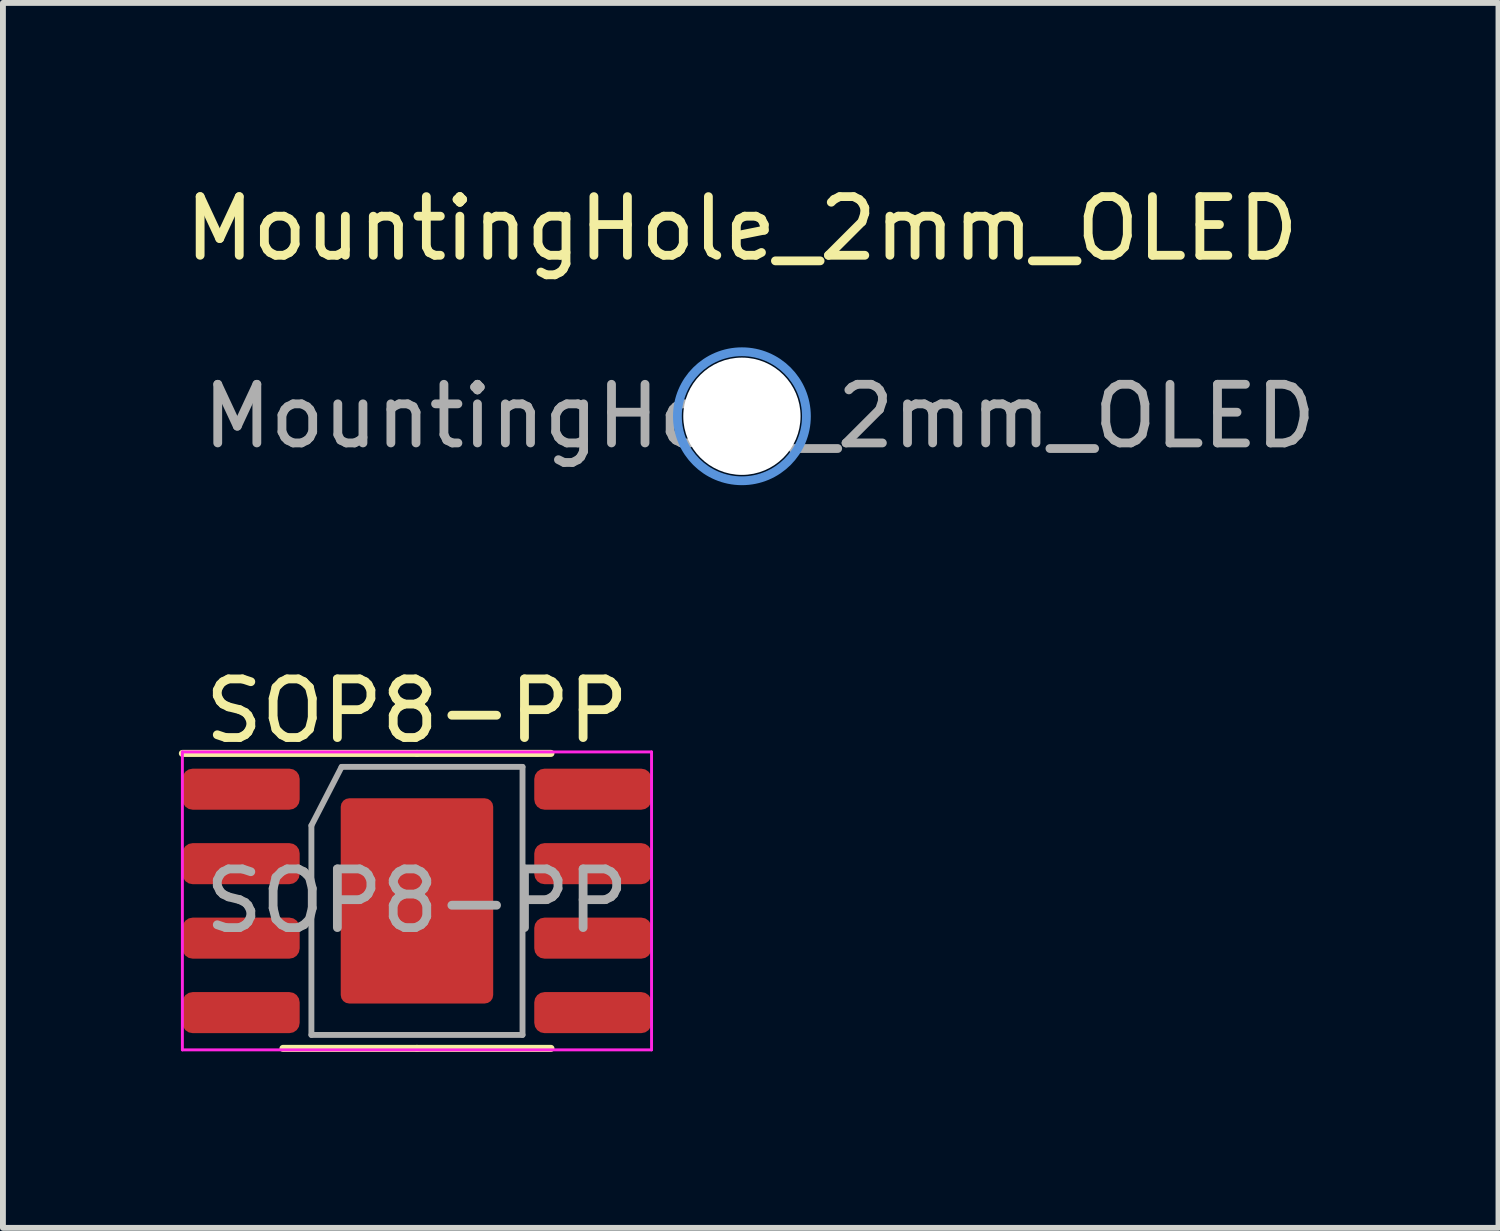
<source format=kicad_pcb>
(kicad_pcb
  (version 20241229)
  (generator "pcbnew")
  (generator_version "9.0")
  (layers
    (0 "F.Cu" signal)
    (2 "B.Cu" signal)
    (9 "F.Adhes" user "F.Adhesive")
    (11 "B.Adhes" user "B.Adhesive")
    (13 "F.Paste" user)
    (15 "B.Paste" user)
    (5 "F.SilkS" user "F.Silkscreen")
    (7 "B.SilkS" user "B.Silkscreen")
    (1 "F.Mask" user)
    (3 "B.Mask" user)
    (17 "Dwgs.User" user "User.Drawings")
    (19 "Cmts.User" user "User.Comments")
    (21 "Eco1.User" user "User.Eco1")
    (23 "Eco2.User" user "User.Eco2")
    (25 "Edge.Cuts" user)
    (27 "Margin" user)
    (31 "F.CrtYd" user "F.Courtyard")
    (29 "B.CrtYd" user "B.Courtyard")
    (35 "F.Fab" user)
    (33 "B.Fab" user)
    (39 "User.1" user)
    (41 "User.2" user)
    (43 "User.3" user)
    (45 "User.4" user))
  (footprint "MountingHole_2mm_OLED"
    (layer "F.Cu")
    (at 9.601 4.048)
    (property "Reference" "MountingHole_2mm_OLED" (at 0 -3.2 0) (layer "F.SilkS") (effects (font (size 1 1) (thickness 0.15))))
    (attr exclude_from_pos_files exclude_from_bom)
    (fp_circle (center 0 0) (end 1.1 0) (stroke (width 0.15) (type solid)) (fill no) (layer "Cmts.User"))
    (fp_circle (center 0 0) (end 1.1 0) (stroke (width 0.05) (type solid)) (fill no) (layer "F.CrtYd"))
    (fp_text user "${REFERENCE}" (at 0.3 0 0) (layer "F.Fab") (effects (font (size 1 1) (thickness 0.15))))
    (pad "" np_thru_hole circle (at 0 0) (size 2 2) (drill 2) (layers "*.Cu" "*.Mask")))
  (footprint "SOP8-PP"
    (layer "F.Cu")
    (at 4.06 12.312)
    (property "Reference" "SOP8-PP" (at 0 -3.24 0) (layer "F.SilkS") (effects (font (size 1 1) (thickness 0.15))))
    (attr smd)
    (fp_line (start 0 -2.515) (end -4 -2.515) (stroke (width 0.12) (type solid)) (layer "F.SilkS"))
    (fp_line (start 0 -2.515) (end 2.285 -2.515) (stroke (width 0.12) (type solid)) (layer "F.SilkS"))
    (fp_line (start 0 2.515) (end -2.285 2.515) (stroke (width 0.12) (type solid)) (layer "F.SilkS"))
    (fp_line (start 0 2.515) (end 2.285 2.515) (stroke (width 0.12) (type solid)) (layer "F.SilkS"))
    (fp_line (start -4 -2.54) (end -4 2.54) (stroke (width 0.05) (type solid)) (layer "F.CrtYd"))
    (fp_line (start -4 2.54) (end 4 2.54) (stroke (width 0.05) (type solid)) (layer "F.CrtYd"))
    (fp_line (start 4 -2.54) (end -4 -2.54) (stroke (width 0.05) (type solid)) (layer "F.CrtYd"))
    (fp_line (start 4 2.54) (end 4 -2.54) (stroke (width 0.05) (type solid)) (layer "F.CrtYd"))
    (fp_line (start -1.8 -1.285) (end -1.285 -2.285) (stroke (width 0.1) (type solid)) (layer "F.Fab"))
    (fp_line (start -1.8 2.285) (end -1.8 -1.285) (stroke (width 0.1) (type solid)) (layer "F.Fab"))
    (fp_line (start -1.285 -2.285) (end 1.8 -2.285) (stroke (width 0.1) (type solid)) (layer "F.Fab"))
    (fp_line (start 1.8 -2.285) (end 1.8 2.285) (stroke (width 0.1) (type solid)) (layer "F.Fab"))
    (fp_line (start 1.8 2.285) (end -1.8 2.285) (stroke (width 0.1) (type solid)) (layer "F.Fab"))
    (fp_text user "${REFERENCE}" (at 0 0 0) (layer "F.Fab") (effects (font (size 1 1) (thickness 0.15))))
    (pad "" smd roundrect (at 0.048 0.15) (size 1.84 1.79) (layers "F.Paste") (roundrect_rratio 0.14))
    (pad "1" smd roundrect (at -3 -1.905) (size 2 0.7) (layers "F.Cu" "F.Mask" "F.Paste") (roundrect_rratio 0.25))
    (pad "2" smd roundrect (at -3 -0.635) (size 2 0.7) (layers "F.Cu" "F.Mask" "F.Paste") (roundrect_rratio 0.25))
    (pad "3" smd roundrect (at -3 0.635) (size 2 0.7) (layers "F.Cu" "F.Mask" "F.Paste") (roundrect_rratio 0.25))
    (pad "4" smd roundrect (at -3 1.905) (size 2 0.7) (layers "F.Cu" "F.Mask" "F.Paste") (roundrect_rratio 0.25))
    (pad "5" smd roundrect (at 3 1.905) (size 2 0.7) (layers "F.Cu" "F.Mask" "F.Paste") (roundrect_rratio 0.25))
    (pad "6" smd roundrect (at 3 0.635) (size 2 0.7) (layers "F.Cu" "F.Mask" "F.Paste") (roundrect_rratio 0.25))
    (pad "7" smd roundrect (at 3 -0.635) (size 2 0.7) (layers "F.Cu" "F.Mask" "F.Paste") (roundrect_rratio 0.25))
    (pad "8" smd roundrect (at 3 -1.905) (size 2 0.7) (layers "F.Cu" "F.Mask" "F.Paste") (roundrect_rratio 0.25))
    (pad "9" smd roundrect (at 0 0) (size 2.6 3.5) (layers "F.Cu" "F.Mask") (roundrect_rratio 0.056)))
  (gr_rect
    (start -3 -3)
    (end 22.502 17.887)
    (stroke (width 0.1) (type default))
    (fill no)
    (layer "Edge.Cuts")))
</source>
